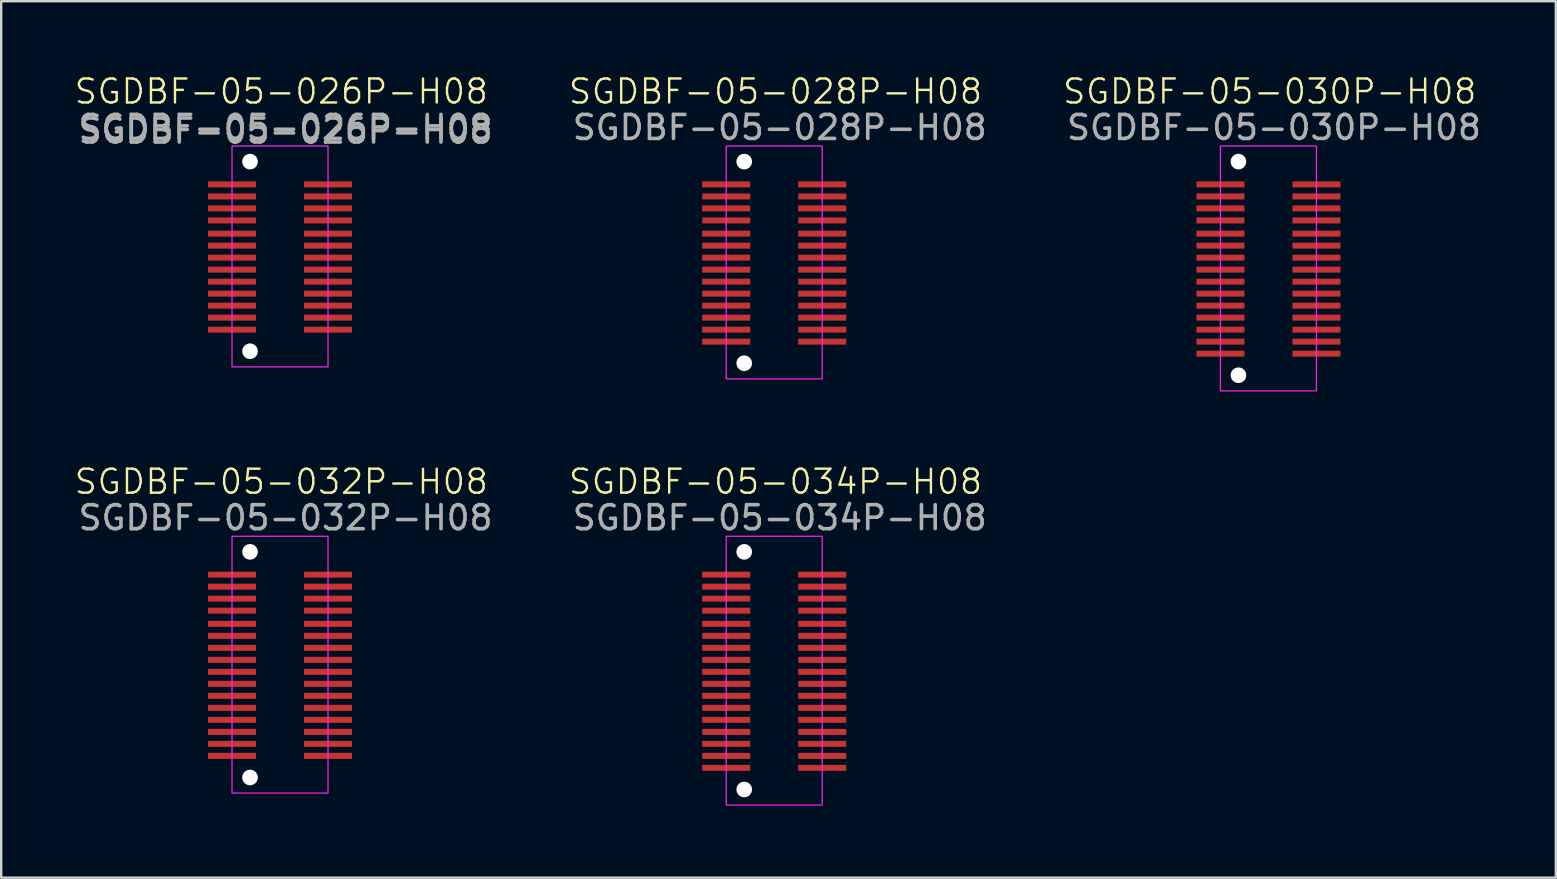
<source format=kicad_pcb>
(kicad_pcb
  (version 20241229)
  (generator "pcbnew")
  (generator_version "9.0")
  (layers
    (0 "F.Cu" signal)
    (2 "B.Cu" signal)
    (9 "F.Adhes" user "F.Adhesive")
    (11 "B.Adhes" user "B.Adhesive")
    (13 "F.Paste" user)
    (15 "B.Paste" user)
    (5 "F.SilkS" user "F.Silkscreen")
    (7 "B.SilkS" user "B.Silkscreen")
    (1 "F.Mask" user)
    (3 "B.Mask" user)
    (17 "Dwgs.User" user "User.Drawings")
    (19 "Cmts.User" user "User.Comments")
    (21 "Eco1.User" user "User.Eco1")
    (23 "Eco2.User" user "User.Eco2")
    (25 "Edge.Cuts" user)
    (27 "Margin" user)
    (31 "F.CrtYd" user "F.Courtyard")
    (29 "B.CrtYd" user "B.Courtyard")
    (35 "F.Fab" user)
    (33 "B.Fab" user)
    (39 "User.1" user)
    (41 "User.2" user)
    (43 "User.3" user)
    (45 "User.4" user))
  (footprint "SGDBF-05-034P-H08"
    (layer "F.Cu")
    (at 27.208 19.293)
    (property "Reference" "SGDBF-05-034P-H08" (at 2.052 -2.273 0) (unlocked yes) (layer "F.SilkS") (effects (font (size 1 1) (thickness 0.1))))
    (attr smd)
    (fp_rect (start 0 0) (end 4 11.2) (stroke (width 0.05) (type default)) (fill no) (layer "F.CrtYd"))
    (fp_text user "${REFERENCE}" (at 2.23 -0.772 0) (unlocked yes) (layer "F.Fab") (effects (font (size 1 1) (thickness 0.15))))
    (pad "" np_thru_hole circle (at 0.75 0.65) (size 0.65 0.65) (drill 0.65) (layers "*.Cu" "*.Mask"))
    (pad "" np_thru_hole circle (at 0.75 10.55) (size 0.65 0.65) (drill 0.65) (layers "*.Cu" "*.Mask"))
    (pad "1" smd rect (at 0 1.6 90) (size 0.25 2) (layers "F.Cu" "F.Mask" "F.Paste"))
    (pad "2" smd rect (at 4 1.6 90) (size 0.25 2) (layers "F.Cu" "F.Mask" "F.Paste"))
    (pad "3" smd rect (at 0 2.1 90) (size 0.25 2) (layers "F.Cu" "F.Mask" "F.Paste"))
    (pad "4" smd rect (at 4 2.1 90) (size 0.25 2) (layers "F.Cu" "F.Mask" "F.Paste"))
    (pad "5" smd rect (at 0 2.6 90) (size 0.25 2) (layers "F.Cu" "F.Mask" "F.Paste"))
    (pad "6" smd rect (at 4 2.6 90) (size 0.25 2) (layers "F.Cu" "F.Mask" "F.Paste"))
    (pad "7" smd rect (at 0 3.1 90) (size 0.25 2) (layers "F.Cu" "F.Mask" "F.Paste"))
    (pad "8" smd rect (at 4 3.1 90) (size 0.25 2) (layers "F.Cu" "F.Mask" "F.Paste"))
    (pad "9" smd rect (at 0 3.65 90) (size 0.25 2) (layers "F.Cu" "F.Mask" "F.Paste"))
    (pad "10" smd rect (at 4 3.65 90) (size 0.25 2) (layers "F.Cu" "F.Mask" "F.Paste"))
    (pad "11" smd rect (at 0 4.15 90) (size 0.25 2) (layers "F.Cu" "F.Mask" "F.Paste"))
    (pad "12" smd rect (at 4 4.15 90) (size 0.25 2) (layers "F.Cu" "F.Mask" "F.Paste"))
    (pad "13" smd rect (at 0 4.65 90) (size 0.25 2) (layers "F.Cu" "F.Mask" "F.Paste"))
    (pad "14" smd rect (at 4 4.65 90) (size 0.25 2) (layers "F.Cu" "F.Mask" "F.Paste"))
    (pad "15" smd rect (at 0 5.15 90) (size 0.25 2) (layers "F.Cu" "F.Mask" "F.Paste"))
    (pad "16" smd rect (at 4 5.15 90) (size 0.25 2) (layers "F.Cu" "F.Mask" "F.Paste"))
    (pad "17" smd rect (at 0 5.65 90) (size 0.25 2) (layers "F.Cu" "F.Mask" "F.Paste"))
    (pad "18" smd rect (at 4 5.65 90) (size 0.25 2) (layers "F.Cu" "F.Mask" "F.Paste"))
    (pad "19" smd rect (at 0 6.15 90) (size 0.25 2) (layers "F.Cu" "F.Mask" "F.Paste"))
    (pad "20" smd rect (at 4 6.15 90) (size 0.25 2) (layers "F.Cu" "F.Mask" "F.Paste"))
    (pad "21" smd rect (at 0 6.65 90) (size 0.25 2) (layers "F.Cu" "F.Mask" "F.Paste"))
    (pad "22" smd rect (at 4 6.65 90) (size 0.25 2) (layers "F.Cu" "F.Mask" "F.Paste"))
    (pad "23" smd rect (at 0 7.15 90) (size 0.25 2) (layers "F.Cu" "F.Mask" "F.Paste"))
    (pad "24" smd rect (at 4 7.15 90) (size 0.25 2) (layers "F.Cu" "F.Mask" "F.Paste"))
    (pad "25" smd rect (at 0 7.65 90) (size 0.25 2) (layers "F.Cu" "F.Mask" "F.Paste"))
    (pad "26" smd rect (at 4 7.65 90) (size 0.25 2) (layers "F.Cu" "F.Mask" "F.Paste"))
    (pad "27" smd rect (at 0 8.15 90) (size 0.25 2) (layers "F.Cu" "F.Mask" "F.Paste"))
    (pad "28" smd rect (at 4 8.15 90) (size 0.25 2) (layers "F.Cu" "F.Mask" "F.Paste"))
    (pad "29" smd rect (at 0 8.65 90) (size 0.25 2) (layers "F.Cu" "F.Mask" "F.Paste"))
    (pad "30" smd rect (at 4 8.65 90) (size 0.25 2) (layers "F.Cu" "F.Mask" "F.Paste"))
    (pad "31" smd rect (at 0 9.15 90) (size 0.25 2) (layers "F.Cu" "F.Mask" "F.Paste"))
    (pad "32" smd rect (at 4 9.15 90) (size 0.25 2) (layers "F.Cu" "F.Mask" "F.Paste"))
    (pad "33" smd rect (at 0 9.65 90) (size 0.25 2) (layers "F.Cu" "F.Mask" "F.Paste"))
    (pad "34" smd rect (at 4 9.65 90) (size 0.25 2) (layers "F.Cu" "F.Mask" "F.Paste")))
  (footprint "SGDBF-05-026P-H08"
    (layer "F.Cu")
    (at 6.617 3.034)
    (property "Reference" "SGDBF-05-026P-H08" (at 2.052 -2.273 0) (unlocked yes) (layer "F.SilkS") (effects (font (size 1 1) (thickness 0.1))))
    (attr smd)
    (fp_rect (start 0 0) (end 4 9.2) (stroke (width 0.05) (type default)) (fill no) (layer "F.CrtYd"))
    (fp_text user "${REFERENCE}" (at 2.23 -0.772 0) (unlocked yes) (layer "F.Fab") (effects (font (size 1 1) (thickness 0.15))))
    (fp_text user "${REFERENCE}" (at 2.23 -0.622 0) (unlocked yes) (layer "F.Fab") (effects (font (size 1 1) (thickness 0.15))))
    (pad "" np_thru_hole circle (at 0.75 0.65) (size 0.65 0.65) (drill 0.65) (layers "*.Cu" "*.Mask"))
    (pad "" np_thru_hole circle (at 0.75 8.55) (size 0.65 0.65) (drill 0.65) (layers "*.Cu" "*.Mask"))
    (pad "1" smd rect (at 0 1.6 90) (size 0.25 2) (layers "F.Cu" "F.Mask" "F.Paste"))
    (pad "2" smd rect (at 4 1.6 90) (size 0.25 2) (layers "F.Cu" "F.Mask" "F.Paste"))
    (pad "3" smd rect (at 0 2.1 90) (size 0.25 2) (layers "F.Cu" "F.Mask" "F.Paste"))
    (pad "4" smd rect (at 4 2.1 90) (size 0.25 2) (layers "F.Cu" "F.Mask" "F.Paste"))
    (pad "5" smd rect (at 0 2.6 90) (size 0.25 2) (layers "F.Cu" "F.Mask" "F.Paste"))
    (pad "6" smd rect (at 4 2.6 90) (size 0.25 2) (layers "F.Cu" "F.Mask" "F.Paste"))
    (pad "7" smd rect (at 0 3.1 90) (size 0.25 2) (layers "F.Cu" "F.Mask" "F.Paste"))
    (pad "8" smd rect (at 4 3.1 90) (size 0.25 2) (layers "F.Cu" "F.Mask" "F.Paste"))
    (pad "9" smd rect (at 0 3.65 90) (size 0.25 2) (layers "F.Cu" "F.Mask" "F.Paste"))
    (pad "10" smd rect (at 4 3.65 90) (size 0.25 2) (layers "F.Cu" "F.Mask" "F.Paste"))
    (pad "11" smd rect (at 0 4.15 90) (size 0.25 2) (layers "F.Cu" "F.Mask" "F.Paste"))
    (pad "12" smd rect (at 4 4.15 90) (size 0.25 2) (layers "F.Cu" "F.Mask" "F.Paste"))
    (pad "13" smd rect (at 0 4.65 90) (size 0.25 2) (layers "F.Cu" "F.Mask" "F.Paste"))
    (pad "14" smd rect (at 4 4.65 90) (size 0.25 2) (layers "F.Cu" "F.Mask" "F.Paste"))
    (pad "15" smd rect (at 0 5.15 90) (size 0.25 2) (layers "F.Cu" "F.Mask" "F.Paste"))
    (pad "16" smd rect (at 4 5.15 90) (size 0.25 2) (layers "F.Cu" "F.Mask" "F.Paste"))
    (pad "17" smd rect (at 0 5.65 90) (size 0.25 2) (layers "F.Cu" "F.Mask" "F.Paste"))
    (pad "18" smd rect (at 4 5.65 90) (size 0.25 2) (layers "F.Cu" "F.Mask" "F.Paste"))
    (pad "19" smd rect (at 0 6.15 90) (size 0.25 2) (layers "F.Cu" "F.Mask" "F.Paste"))
    (pad "20" smd rect (at 4 6.15 90) (size 0.25 2) (layers "F.Cu" "F.Mask" "F.Paste"))
    (pad "21" smd rect (at 0 6.65 90) (size 0.25 2) (layers "F.Cu" "F.Mask" "F.Paste"))
    (pad "22" smd rect (at 4 6.65 90) (size 0.25 2) (layers "F.Cu" "F.Mask" "F.Paste"))
    (pad "23" smd rect (at 0 7.15 90) (size 0.25 2) (layers "F.Cu" "F.Mask" "F.Paste"))
    (pad "24" smd rect (at 4 7.15 90) (size 0.25 2) (layers "F.Cu" "F.Mask" "F.Paste"))
    (pad "25" smd rect (at 0 7.65 90) (size 0.25 2) (layers "F.Cu" "F.Mask" "F.Paste"))
    (pad "26" smd rect (at 4 7.65 90) (size 0.25 2) (layers "F.Cu" "F.Mask" "F.Paste")))
  (footprint "SGDBF-05-032P-H08"
    (layer "F.Cu")
    (at 6.617 19.293)
    (property "Reference" "SGDBF-05-032P-H08" (at 2.052 -2.273 0) (unlocked yes) (layer "F.SilkS") (effects (font (size 1 1) (thickness 0.1))))
    (attr smd)
    (fp_rect (start 0 0) (end 4 10.7) (stroke (width 0.05) (type default)) (fill no) (layer "F.CrtYd"))
    (fp_text user "${REFERENCE}" (at 2.23 -0.772 0) (unlocked yes) (layer "F.Fab") (effects (font (size 1 1) (thickness 0.15))))
    (pad "" np_thru_hole circle (at 0.75 0.65) (size 0.65 0.65) (drill 0.65) (layers "*.Cu" "*.Mask"))
    (pad "" np_thru_hole circle (at 0.75 10.05) (size 0.65 0.65) (drill 0.65) (layers "*.Cu" "*.Mask"))
    (pad "1" smd rect (at 0 1.6 90) (size 0.25 2) (layers "F.Cu" "F.Mask" "F.Paste"))
    (pad "2" smd rect (at 4 1.6 90) (size 0.25 2) (layers "F.Cu" "F.Mask" "F.Paste"))
    (pad "3" smd rect (at 0 2.1 90) (size 0.25 2) (layers "F.Cu" "F.Mask" "F.Paste"))
    (pad "4" smd rect (at 4 2.1 90) (size 0.25 2) (layers "F.Cu" "F.Mask" "F.Paste"))
    (pad "5" smd rect (at 0 2.6 90) (size 0.25 2) (layers "F.Cu" "F.Mask" "F.Paste"))
    (pad "6" smd rect (at 4 2.6 90) (size 0.25 2) (layers "F.Cu" "F.Mask" "F.Paste"))
    (pad "7" smd rect (at 0 3.1 90) (size 0.25 2) (layers "F.Cu" "F.Mask" "F.Paste"))
    (pad "8" smd rect (at 4 3.1 90) (size 0.25 2) (layers "F.Cu" "F.Mask" "F.Paste"))
    (pad "9" smd rect (at 0 3.65 90) (size 0.25 2) (layers "F.Cu" "F.Mask" "F.Paste"))
    (pad "10" smd rect (at 4 3.65 90) (size 0.25 2) (layers "F.Cu" "F.Mask" "F.Paste"))
    (pad "11" smd rect (at 0 4.15 90) (size 0.25 2) (layers "F.Cu" "F.Mask" "F.Paste"))
    (pad "12" smd rect (at 4 4.15 90) (size 0.25 2) (layers "F.Cu" "F.Mask" "F.Paste"))
    (pad "13" smd rect (at 0 4.65 90) (size 0.25 2) (layers "F.Cu" "F.Mask" "F.Paste"))
    (pad "14" smd rect (at 4 4.65 90) (size 0.25 2) (layers "F.Cu" "F.Mask" "F.Paste"))
    (pad "15" smd rect (at 0 5.15 90) (size 0.25 2) (layers "F.Cu" "F.Mask" "F.Paste"))
    (pad "16" smd rect (at 4 5.15 90) (size 0.25 2) (layers "F.Cu" "F.Mask" "F.Paste"))
    (pad "17" smd rect (at 0 5.65 90) (size 0.25 2) (layers "F.Cu" "F.Mask" "F.Paste"))
    (pad "18" smd rect (at 4 5.65 90) (size 0.25 2) (layers "F.Cu" "F.Mask" "F.Paste"))
    (pad "19" smd rect (at 0 6.15 90) (size 0.25 2) (layers "F.Cu" "F.Mask" "F.Paste"))
    (pad "20" smd rect (at 4 6.15 90) (size 0.25 2) (layers "F.Cu" "F.Mask" "F.Paste"))
    (pad "21" smd rect (at 0 6.65 90) (size 0.25 2) (layers "F.Cu" "F.Mask" "F.Paste"))
    (pad "22" smd rect (at 4 6.65 90) (size 0.25 2) (layers "F.Cu" "F.Mask" "F.Paste"))
    (pad "23" smd rect (at 0 7.15 90) (size 0.25 2) (layers "F.Cu" "F.Mask" "F.Paste"))
    (pad "24" smd rect (at 4 7.15 90) (size 0.25 2) (layers "F.Cu" "F.Mask" "F.Paste"))
    (pad "25" smd rect (at 0 7.65 90) (size 0.25 2) (layers "F.Cu" "F.Mask" "F.Paste"))
    (pad "26" smd rect (at 4 7.65 90) (size 0.25 2) (layers "F.Cu" "F.Mask" "F.Paste"))
    (pad "27" smd rect (at 0 8.15 90) (size 0.25 2) (layers "F.Cu" "F.Mask" "F.Paste"))
    (pad "28" smd rect (at 4 8.15 90) (size 0.25 2) (layers "F.Cu" "F.Mask" "F.Paste"))
    (pad "29" smd rect (at 0 8.65 90) (size 0.25 2) (layers "F.Cu" "F.Mask" "F.Paste"))
    (pad "30" smd rect (at 4 8.65 90) (size 0.25 2) (layers "F.Cu" "F.Mask" "F.Paste"))
    (pad "31" smd rect (at 0 9.15 90) (size 0.25 2) (layers "F.Cu" "F.Mask" "F.Paste"))
    (pad "32" smd rect (at 4 9.15 90) (size 0.25 2) (layers "F.Cu" "F.Mask" "F.Paste")))
  (footprint "SGDBF-05-030P-H08"
    (layer "F.Cu")
    (at 47.799 3.034)
    (property "Reference" "SGDBF-05-030P-H08" (at 2.052 -2.273 0) (unlocked yes) (layer "F.SilkS") (effects (font (size 1 1) (thickness 0.1))))
    (attr smd)
    (fp_rect (start 0 0) (end 4 10.2) (stroke (width 0.05) (type default)) (fill no) (layer "F.CrtYd"))
    (fp_text user "${REFERENCE}" (at 2.23 -0.772 0) (unlocked yes) (layer "F.Fab") (effects (font (size 1 1) (thickness 0.15))))
    (pad "" np_thru_hole circle (at 0.75 0.65) (size 0.65 0.65) (drill 0.65) (layers "*.Cu" "*.Mask"))
    (pad "" np_thru_hole circle (at 0.75 9.55) (size 0.65 0.65) (drill 0.65) (layers "*.Cu" "*.Mask"))
    (pad "1" smd rect (at 0 1.6 90) (size 0.25 2) (layers "F.Cu" "F.Mask" "F.Paste"))
    (pad "2" smd rect (at 4 1.6 90) (size 0.25 2) (layers "F.Cu" "F.Mask" "F.Paste"))
    (pad "3" smd rect (at 0 2.1 90) (size 0.25 2) (layers "F.Cu" "F.Mask" "F.Paste"))
    (pad "4" smd rect (at 4 2.1 90) (size 0.25 2) (layers "F.Cu" "F.Mask" "F.Paste"))
    (pad "5" smd rect (at 0 2.6 90) (size 0.25 2) (layers "F.Cu" "F.Mask" "F.Paste"))
    (pad "6" smd rect (at 4 2.6 90) (size 0.25 2) (layers "F.Cu" "F.Mask" "F.Paste"))
    (pad "7" smd rect (at 0 3.1 90) (size 0.25 2) (layers "F.Cu" "F.Mask" "F.Paste"))
    (pad "8" smd rect (at 4 3.1 90) (size 0.25 2) (layers "F.Cu" "F.Mask" "F.Paste"))
    (pad "9" smd rect (at 0 3.65 90) (size 0.25 2) (layers "F.Cu" "F.Mask" "F.Paste"))
    (pad "10" smd rect (at 4 3.65 90) (size 0.25 2) (layers "F.Cu" "F.Mask" "F.Paste"))
    (pad "11" smd rect (at 0 4.15 90) (size 0.25 2) (layers "F.Cu" "F.Mask" "F.Paste"))
    (pad "12" smd rect (at 4 4.15 90) (size 0.25 2) (layers "F.Cu" "F.Mask" "F.Paste"))
    (pad "13" smd rect (at 0 4.65 90) (size 0.25 2) (layers "F.Cu" "F.Mask" "F.Paste"))
    (pad "14" smd rect (at 4 4.65 90) (size 0.25 2) (layers "F.Cu" "F.Mask" "F.Paste"))
    (pad "15" smd rect (at 0 5.15 90) (size 0.25 2) (layers "F.Cu" "F.Mask" "F.Paste"))
    (pad "16" smd rect (at 4 5.15 90) (size 0.25 2) (layers "F.Cu" "F.Mask" "F.Paste"))
    (pad "17" smd rect (at 0 5.65 90) (size 0.25 2) (layers "F.Cu" "F.Mask" "F.Paste"))
    (pad "18" smd rect (at 4 5.65 90) (size 0.25 2) (layers "F.Cu" "F.Mask" "F.Paste"))
    (pad "19" smd rect (at 0 6.15 90) (size 0.25 2) (layers "F.Cu" "F.Mask" "F.Paste"))
    (pad "20" smd rect (at 4 6.15 90) (size 0.25 2) (layers "F.Cu" "F.Mask" "F.Paste"))
    (pad "21" smd rect (at 0 6.65 90) (size 0.25 2) (layers "F.Cu" "F.Mask" "F.Paste"))
    (pad "22" smd rect (at 4 6.65 90) (size 0.25 2) (layers "F.Cu" "F.Mask" "F.Paste"))
    (pad "23" smd rect (at 0 7.15 90) (size 0.25 2) (layers "F.Cu" "F.Mask" "F.Paste"))
    (pad "24" smd rect (at 4 7.15 90) (size 0.25 2) (layers "F.Cu" "F.Mask" "F.Paste"))
    (pad "25" smd rect (at 0 7.65 90) (size 0.25 2) (layers "F.Cu" "F.Mask" "F.Paste"))
    (pad "26" smd rect (at 4 7.65 90) (size 0.25 2) (layers "F.Cu" "F.Mask" "F.Paste"))
    (pad "27" smd rect (at 0 8.15 90) (size 0.25 2) (layers "F.Cu" "F.Mask" "F.Paste"))
    (pad "28" smd rect (at 4 8.15 90) (size 0.25 2) (layers "F.Cu" "F.Mask" "F.Paste"))
    (pad "29" smd rect (at 0 8.65 90) (size 0.25 2) (layers "F.Cu" "F.Mask" "F.Paste"))
    (pad "30" smd rect (at 4 8.65 90) (size 0.25 2) (layers "F.Cu" "F.Mask" "F.Paste")))
  (footprint "SGDBF-05-028P-H08"
    (layer "F.Cu")
    (at 27.208 4.634)
    (property "Reference" "SGDBF-05-028P-H08" (at 2.052 -3.873 0) (unlocked yes) (layer "F.SilkS") (effects (font (size 1 1) (thickness 0.1))))
    (attr smd)
    (fp_rect (start 0 -1.6) (end 4 8.1) (stroke (width 0.05) (type default)) (fill no) (layer "F.CrtYd"))
    (fp_text user "${REFERENCE}" (at 2.23 -2.372 0) (unlocked yes) (layer "F.Fab") (effects (font (size 1 1) (thickness 0.15))))
    (pad "" np_thru_hole circle (at 0.75 -0.95) (size 0.65 0.65) (drill 0.65) (layers "*.Cu" "*.Mask"))
    (pad "" np_thru_hole circle (at 0.75 7.45) (size 0.65 0.65) (drill 0.65) (layers "*.Cu" "*.Mask"))
    (pad "1" smd rect (at 0 0 90) (size 0.25 2) (layers "F.Cu" "F.Mask" "F.Paste"))
    (pad "2" smd rect (at 4 0 90) (size 0.25 2) (layers "F.Cu" "F.Mask" "F.Paste"))
    (pad "3" smd rect (at 0 0.5 90) (size 0.25 2) (layers "F.Cu" "F.Mask" "F.Paste"))
    (pad "4" smd rect (at 4 0.5 90) (size 0.25 2) (layers "F.Cu" "F.Mask" "F.Paste"))
    (pad "5" smd rect (at 0 1 90) (size 0.25 2) (layers "F.Cu" "F.Mask" "F.Paste"))
    (pad "6" smd rect (at 4 1 90) (size 0.25 2) (layers "F.Cu" "F.Mask" "F.Paste"))
    (pad "7" smd rect (at 0 1.5 90) (size 0.25 2) (layers "F.Cu" "F.Mask" "F.Paste"))
    (pad "8" smd rect (at 4 1.5 90) (size 0.25 2) (layers "F.Cu" "F.Mask" "F.Paste"))
    (pad "9" smd rect (at 0 2.05 90) (size 0.25 2) (layers "F.Cu" "F.Mask" "F.Paste"))
    (pad "10" smd rect (at 4 2.05 90) (size 0.25 2) (layers "F.Cu" "F.Mask" "F.Paste"))
    (pad "11" smd rect (at 0 2.55 90) (size 0.25 2) (layers "F.Cu" "F.Mask" "F.Paste"))
    (pad "12" smd rect (at 4 2.55 90) (size 0.25 2) (layers "F.Cu" "F.Mask" "F.Paste"))
    (pad "13" smd rect (at 0 3.05 90) (size 0.25 2) (layers "F.Cu" "F.Mask" "F.Paste"))
    (pad "14" smd rect (at 4 3.05 90) (size 0.25 2) (layers "F.Cu" "F.Mask" "F.Paste"))
    (pad "15" smd rect (at 0 3.55 90) (size 0.25 2) (layers "F.Cu" "F.Mask" "F.Paste"))
    (pad "16" smd rect (at 4 3.55 90) (size 0.25 2) (layers "F.Cu" "F.Mask" "F.Paste"))
    (pad "17" smd rect (at 0 4.05 90) (size 0.25 2) (layers "F.Cu" "F.Mask" "F.Paste"))
    (pad "18" smd rect (at 4 4.05 90) (size 0.25 2) (layers "F.Cu" "F.Mask" "F.Paste"))
    (pad "19" smd rect (at 0 4.55 90) (size 0.25 2) (layers "F.Cu" "F.Mask" "F.Paste"))
    (pad "20" smd rect (at 4 4.55 90) (size 0.25 2) (layers "F.Cu" "F.Mask" "F.Paste"))
    (pad "21" smd rect (at 0 5.05 90) (size 0.25 2) (layers "F.Cu" "F.Mask" "F.Paste"))
    (pad "22" smd rect (at 4 5.05 90) (size 0.25 2) (layers "F.Cu" "F.Mask" "F.Paste"))
    (pad "23" smd rect (at 0 5.55 90) (size 0.25 2) (layers "F.Cu" "F.Mask" "F.Paste"))
    (pad "24" smd rect (at 4 5.55 90) (size 0.25 2) (layers "F.Cu" "F.Mask" "F.Paste"))
    (pad "25" smd rect (at 0 6.05 90) (size 0.25 2) (layers "F.Cu" "F.Mask" "F.Paste"))
    (pad "26" smd rect (at 4 6.05 90) (size 0.25 2) (layers "F.Cu" "F.Mask" "F.Paste"))
    (pad "27" smd rect (at 0 6.55 90) (size 0.25 2) (layers "F.Cu" "F.Mask" "F.Paste"))
    (pad "28" smd rect (at 4 6.55 90) (size 0.25 2) (layers "F.Cu" "F.Mask" "F.Paste")))
  (gr_rect
    (start -3 -3)
    (end 61.773 33.518)
    (stroke (width 0.1) (type default))
    (fill no)
    (layer "Edge.Cuts")))
</source>
